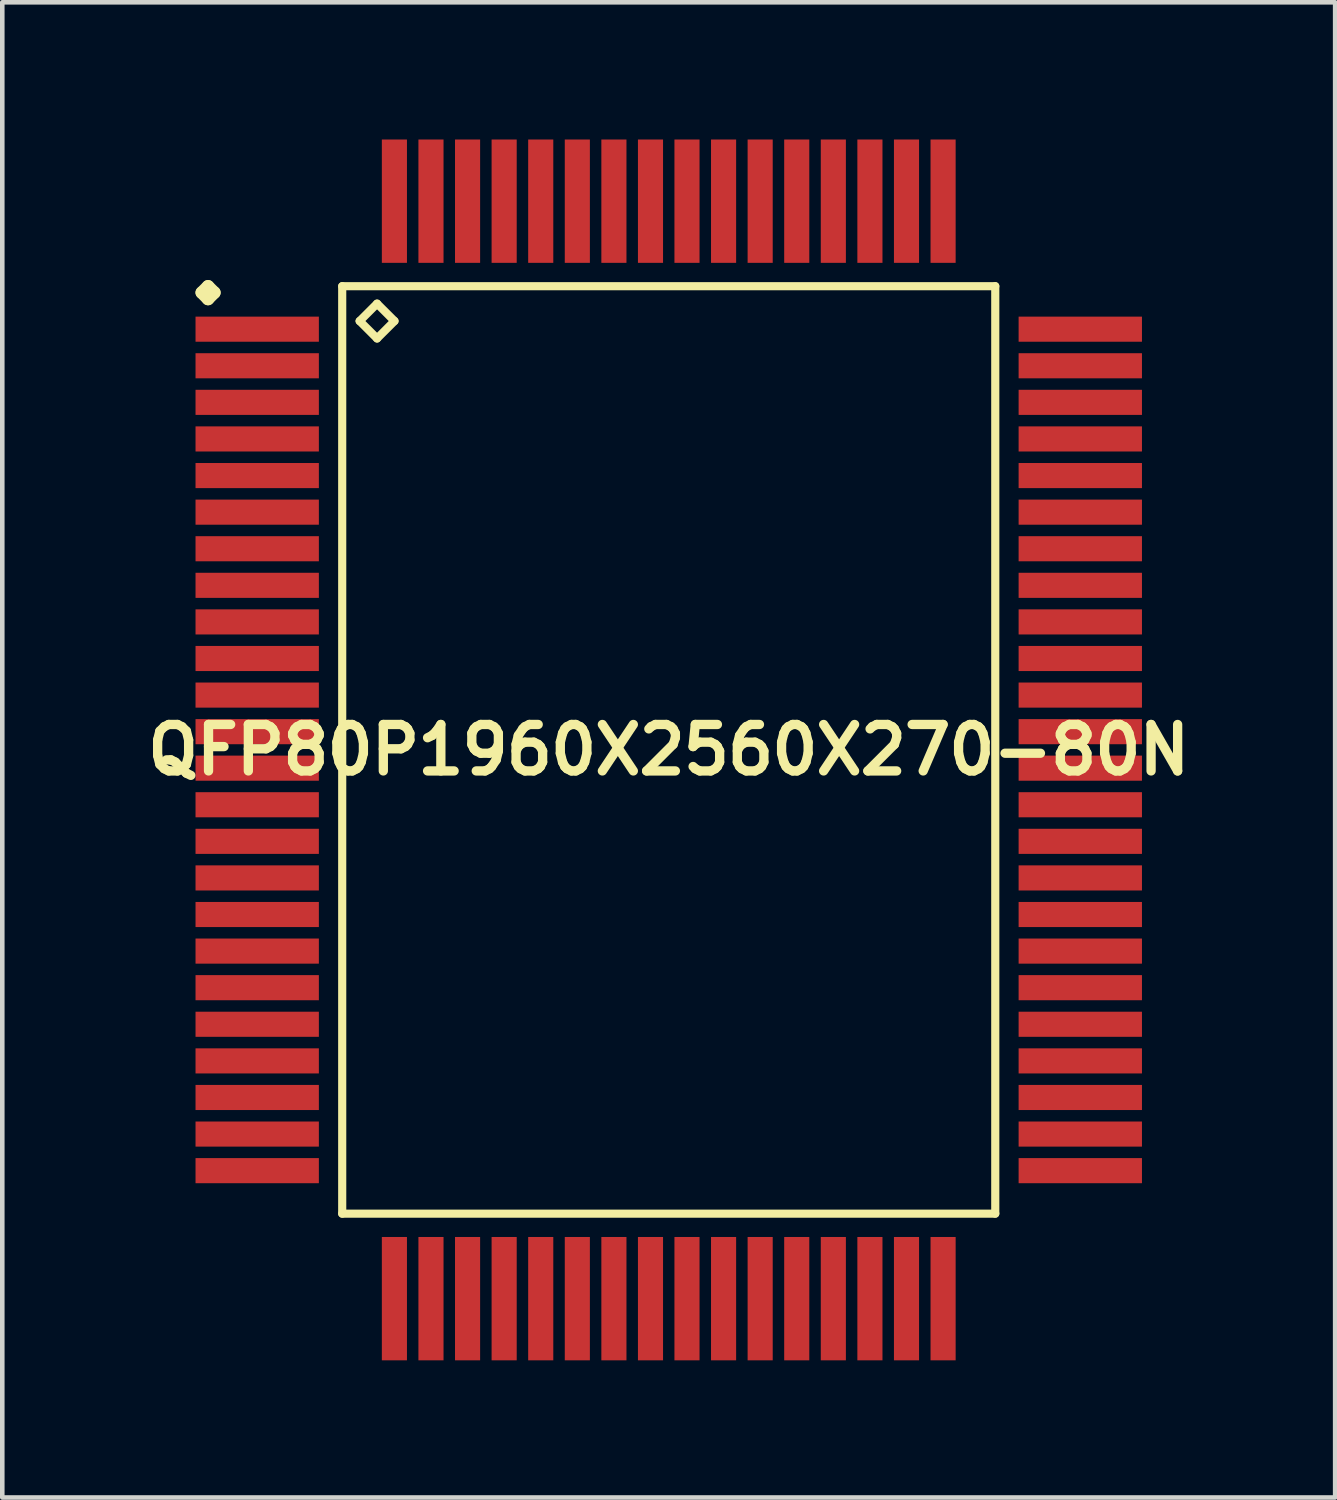
<source format=kicad_pcb>
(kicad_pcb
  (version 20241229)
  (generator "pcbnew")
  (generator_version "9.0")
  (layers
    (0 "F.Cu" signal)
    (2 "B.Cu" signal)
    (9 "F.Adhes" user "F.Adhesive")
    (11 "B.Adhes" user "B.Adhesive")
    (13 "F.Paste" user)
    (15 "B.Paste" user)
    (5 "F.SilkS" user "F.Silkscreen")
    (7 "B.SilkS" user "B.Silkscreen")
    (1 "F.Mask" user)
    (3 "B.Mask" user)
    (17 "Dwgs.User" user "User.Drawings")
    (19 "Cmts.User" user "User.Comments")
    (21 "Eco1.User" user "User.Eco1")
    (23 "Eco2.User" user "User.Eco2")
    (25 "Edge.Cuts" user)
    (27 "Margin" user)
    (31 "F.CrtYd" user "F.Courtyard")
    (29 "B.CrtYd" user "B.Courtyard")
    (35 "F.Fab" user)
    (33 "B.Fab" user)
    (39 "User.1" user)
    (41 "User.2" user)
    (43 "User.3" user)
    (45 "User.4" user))
  (footprint "QFP80P1960X2560X270-80N"
    (layer "F.Cu")
    (at 11.573 13.348)
    (property "Reference" "QFP80P1960X2560X270-80N" (at 0 0 0) (layer "F.SilkS") (effects (font (size 1.016 1.016) (thickness 0.203))))
    (attr smd)
    (fp_line (start -10.211 -10) (end -10.074 -10.137) (stroke (width 0.274) (type solid)) (layer "F.SilkS"))
    (fp_line (start -10.074 -10.137) (end -9.936 -10) (stroke (width 0.274) (type solid)) (layer "F.SilkS"))
    (fp_line (start -10.074 -9.86) (end -10.211 -10) (stroke (width 0.274) (type solid)) (layer "F.SilkS"))
    (fp_line (start -9.936 -10) (end -10.074 -9.86) (stroke (width 0.274) (type solid)) (layer "F.SilkS"))
    (fp_line (start -7.14 -10.14) (end -7.14 10.14) (stroke (width 0.178) (type solid)) (layer "F.SilkS"))
    (fp_line (start -7.14 10.14) (end 7.14 10.14) (stroke (width 0.178) (type solid)) (layer "F.SilkS"))
    (fp_line (start -6.759 -9.378) (end -6.378 -9.759) (stroke (width 0.178) (type solid)) (layer "F.SilkS"))
    (fp_line (start -6.378 -9.759) (end -5.997 -9.378) (stroke (width 0.178) (type solid)) (layer "F.SilkS"))
    (fp_line (start -6.378 -8.997) (end -6.759 -9.378) (stroke (width 0.178) (type solid)) (layer "F.SilkS"))
    (fp_line (start -5.997 -9.378) (end -6.378 -8.997) (stroke (width 0.178) (type solid)) (layer "F.SilkS"))
    (fp_line (start 7.14 -10.14) (end -7.14 -10.14) (stroke (width 0.178) (type solid)) (layer "F.SilkS"))
    (fp_line (start 7.14 10.14) (end 7.14 -10.14) (stroke (width 0.178) (type solid)) (layer "F.SilkS"))
    (pad "1" smd rect (at -8.999 -9.2) (size 2.697 0.549) (layers "F.Cu" "F.Mask" "F.Paste"))
    (pad "2" smd rect (at -8.999 -8.4) (size 2.697 0.549) (layers "F.Cu" "F.Mask" "F.Paste"))
    (pad "3" smd rect (at -8.999 -7.6) (size 2.697 0.549) (layers "F.Cu" "F.Mask" "F.Paste"))
    (pad "4" smd rect (at -8.999 -6.8) (size 2.697 0.549) (layers "F.Cu" "F.Mask" "F.Paste"))
    (pad "5" smd rect (at -8.999 -5.999) (size 2.697 0.549) (layers "F.Cu" "F.Mask" "F.Paste"))
    (pad "6" smd rect (at -8.999 -5.199) (size 2.697 0.549) (layers "F.Cu" "F.Mask" "F.Paste"))
    (pad "7" smd rect (at -8.999 -4.399) (size 2.697 0.549) (layers "F.Cu" "F.Mask" "F.Paste"))
    (pad "8" smd rect (at -8.999 -3.599) (size 2.697 0.549) (layers "F.Cu" "F.Mask" "F.Paste"))
    (pad "9" smd rect (at -8.999 -2.799) (size 2.697 0.549) (layers "F.Cu" "F.Mask" "F.Paste"))
    (pad "10" smd rect (at -8.999 -1.999) (size 2.697 0.549) (layers "F.Cu" "F.Mask" "F.Paste"))
    (pad "11" smd rect (at -8.999 -1.199) (size 2.697 0.549) (layers "F.Cu" "F.Mask" "F.Paste"))
    (pad "12" smd rect (at -8.999 -0.399) (size 2.697 0.549) (layers "F.Cu" "F.Mask" "F.Paste"))
    (pad "13" smd rect (at -8.999 0.399) (size 2.697 0.549) (layers "F.Cu" "F.Mask" "F.Paste"))
    (pad "14" smd rect (at -8.999 1.199) (size 2.697 0.549) (layers "F.Cu" "F.Mask" "F.Paste"))
    (pad "15" smd rect (at -8.999 1.999) (size 2.697 0.549) (layers "F.Cu" "F.Mask" "F.Paste"))
    (pad "16" smd rect (at -8.999 2.799) (size 2.697 0.549) (layers "F.Cu" "F.Mask" "F.Paste"))
    (pad "17" smd rect (at -8.999 3.599) (size 2.697 0.549) (layers "F.Cu" "F.Mask" "F.Paste"))
    (pad "18" smd rect (at -8.999 4.399) (size 2.697 0.549) (layers "F.Cu" "F.Mask" "F.Paste"))
    (pad "19" smd rect (at -8.999 5.199) (size 2.697 0.549) (layers "F.Cu" "F.Mask" "F.Paste"))
    (pad "20" smd rect (at -8.999 5.999) (size 2.697 0.549) (layers "F.Cu" "F.Mask" "F.Paste"))
    (pad "21" smd rect (at -8.999 6.8) (size 2.697 0.549) (layers "F.Cu" "F.Mask" "F.Paste"))
    (pad "22" smd rect (at -8.999 7.6) (size 2.697 0.549) (layers "F.Cu" "F.Mask" "F.Paste"))
    (pad "23" smd rect (at -8.999 8.4) (size 2.697 0.549) (layers "F.Cu" "F.Mask" "F.Paste"))
    (pad "24" smd rect (at -8.999 9.2) (size 2.697 0.549) (layers "F.Cu" "F.Mask" "F.Paste"))
    (pad "25" smd rect (at -5.999 11.999) (size 0.549 2.697) (layers "F.Cu" "F.Mask" "F.Paste"))
    (pad "26" smd rect (at -5.199 11.999) (size 0.549 2.697) (layers "F.Cu" "F.Mask" "F.Paste"))
    (pad "27" smd rect (at -4.399 11.999) (size 0.549 2.697) (layers "F.Cu" "F.Mask" "F.Paste"))
    (pad "28" smd rect (at -3.599 11.999) (size 0.549 2.697) (layers "F.Cu" "F.Mask" "F.Paste"))
    (pad "29" smd rect (at -2.799 11.999) (size 0.549 2.697) (layers "F.Cu" "F.Mask" "F.Paste"))
    (pad "30" smd rect (at -1.999 11.999) (size 0.549 2.697) (layers "F.Cu" "F.Mask" "F.Paste"))
    (pad "31" smd rect (at -1.199 11.999) (size 0.549 2.697) (layers "F.Cu" "F.Mask" "F.Paste"))
    (pad "32" smd rect (at -0.399 11.999) (size 0.549 2.697) (layers "F.Cu" "F.Mask" "F.Paste"))
    (pad "33" smd rect (at 0.399 11.999) (size 0.549 2.697) (layers "F.Cu" "F.Mask" "F.Paste"))
    (pad "34" smd rect (at 1.199 11.999) (size 0.549 2.697) (layers "F.Cu" "F.Mask" "F.Paste"))
    (pad "35" smd rect (at 1.999 11.999) (size 0.549 2.697) (layers "F.Cu" "F.Mask" "F.Paste"))
    (pad "36" smd rect (at 2.799 11.999) (size 0.549 2.697) (layers "F.Cu" "F.Mask" "F.Paste"))
    (pad "37" smd rect (at 3.599 11.999) (size 0.549 2.697) (layers "F.Cu" "F.Mask" "F.Paste"))
    (pad "38" smd rect (at 4.399 11.999) (size 0.549 2.697) (layers "F.Cu" "F.Mask" "F.Paste"))
    (pad "39" smd rect (at 5.199 11.999) (size 0.549 2.697) (layers "F.Cu" "F.Mask" "F.Paste"))
    (pad "40" smd rect (at 5.999 11.999) (size 0.549 2.697) (layers "F.Cu" "F.Mask" "F.Paste"))
    (pad "41" smd rect (at 8.999 9.2) (size 2.697 0.549) (layers "F.Cu" "F.Mask" "F.Paste"))
    (pad "42" smd rect (at 8.999 8.4) (size 2.697 0.549) (layers "F.Cu" "F.Mask" "F.Paste"))
    (pad "43" smd rect (at 8.999 7.6) (size 2.697 0.549) (layers "F.Cu" "F.Mask" "F.Paste"))
    (pad "44" smd rect (at 8.999 6.8) (size 2.697 0.549) (layers "F.Cu" "F.Mask" "F.Paste"))
    (pad "45" smd rect (at 8.999 5.999) (size 2.697 0.549) (layers "F.Cu" "F.Mask" "F.Paste"))
    (pad "46" smd rect (at 8.999 5.199) (size 2.697 0.549) (layers "F.Cu" "F.Mask" "F.Paste"))
    (pad "47" smd rect (at 8.999 4.399) (size 2.697 0.549) (layers "F.Cu" "F.Mask" "F.Paste"))
    (pad "48" smd rect (at 8.999 3.599) (size 2.697 0.549) (layers "F.Cu" "F.Mask" "F.Paste"))
    (pad "49" smd rect (at 8.999 2.799) (size 2.697 0.549) (layers "F.Cu" "F.Mask" "F.Paste"))
    (pad "50" smd rect (at 8.999 1.999) (size 2.697 0.549) (layers "F.Cu" "F.Mask" "F.Paste"))
    (pad "51" smd rect (at 8.999 1.199) (size 2.697 0.549) (layers "F.Cu" "F.Mask" "F.Paste"))
    (pad "52" smd rect (at 8.999 0.399) (size 2.697 0.549) (layers "F.Cu" "F.Mask" "F.Paste"))
    (pad "53" smd rect (at 8.999 -0.399) (size 2.697 0.549) (layers "F.Cu" "F.Mask" "F.Paste"))
    (pad "54" smd rect (at 8.999 -1.199) (size 2.697 0.549) (layers "F.Cu" "F.Mask" "F.Paste"))
    (pad "55" smd rect (at 8.999 -1.999) (size 2.697 0.549) (layers "F.Cu" "F.Mask" "F.Paste"))
    (pad "56" smd rect (at 8.999 -2.799) (size 2.697 0.549) (layers "F.Cu" "F.Mask" "F.Paste"))
    (pad "57" smd rect (at 8.999 -3.599) (size 2.697 0.549) (layers "F.Cu" "F.Mask" "F.Paste"))
    (pad "58" smd rect (at 8.999 -4.399) (size 2.697 0.549) (layers "F.Cu" "F.Mask" "F.Paste"))
    (pad "59" smd rect (at 8.999 -5.199) (size 2.697 0.549) (layers "F.Cu" "F.Mask" "F.Paste"))
    (pad "60" smd rect (at 8.999 -5.999) (size 2.697 0.549) (layers "F.Cu" "F.Mask" "F.Paste"))
    (pad "61" smd rect (at 8.999 -6.8) (size 2.697 0.549) (layers "F.Cu" "F.Mask" "F.Paste"))
    (pad "62" smd rect (at 8.999 -7.6) (size 2.697 0.549) (layers "F.Cu" "F.Mask" "F.Paste"))
    (pad "63" smd rect (at 8.999 -8.4) (size 2.697 0.549) (layers "F.Cu" "F.Mask" "F.Paste"))
    (pad "64" smd rect (at 8.999 -9.2) (size 2.697 0.549) (layers "F.Cu" "F.Mask" "F.Paste"))
    (pad "65" smd rect (at 5.999 -11.999) (size 0.549 2.697) (layers "F.Cu" "F.Mask" "F.Paste"))
    (pad "66" smd rect (at 5.199 -11.999) (size 0.549 2.697) (layers "F.Cu" "F.Mask" "F.Paste"))
    (pad "67" smd rect (at 4.399 -11.999) (size 0.549 2.697) (layers "F.Cu" "F.Mask" "F.Paste"))
    (pad "68" smd rect (at 3.599 -11.999) (size 0.549 2.697) (layers "F.Cu" "F.Mask" "F.Paste"))
    (pad "69" smd rect (at 2.799 -11.999) (size 0.549 2.697) (layers "F.Cu" "F.Mask" "F.Paste"))
    (pad "70" smd rect (at 1.999 -11.999) (size 0.549 2.697) (layers "F.Cu" "F.Mask" "F.Paste"))
    (pad "71" smd rect (at 1.199 -11.999) (size 0.549 2.697) (layers "F.Cu" "F.Mask" "F.Paste"))
    (pad "72" smd rect (at 0.399 -11.999) (size 0.549 2.697) (layers "F.Cu" "F.Mask" "F.Paste"))
    (pad "73" smd rect (at -0.399 -11.999) (size 0.549 2.697) (layers "F.Cu" "F.Mask" "F.Paste"))
    (pad "74" smd rect (at -1.199 -11.999) (size 0.549 2.697) (layers "F.Cu" "F.Mask" "F.Paste"))
    (pad "75" smd rect (at -1.999 -11.999) (size 0.549 2.697) (layers "F.Cu" "F.Mask" "F.Paste"))
    (pad "76" smd rect (at -2.799 -11.999) (size 0.549 2.697) (layers "F.Cu" "F.Mask" "F.Paste"))
    (pad "77" smd rect (at -3.599 -11.999) (size 0.549 2.697) (layers "F.Cu" "F.Mask" "F.Paste"))
    (pad "78" smd rect (at -4.399 -11.999) (size 0.549 2.697) (layers "F.Cu" "F.Mask" "F.Paste"))
    (pad "79" smd rect (at -5.199 -11.999) (size 0.549 2.697) (layers "F.Cu" "F.Mask" "F.Paste"))
    (pad "80" smd rect (at -5.999 -11.999) (size 0.549 2.697) (layers "F.Cu" "F.Mask" "F.Paste")))
  (gr_rect
    (start -3 -3)
    (end 26.145 29.695)
    (stroke (width 0.1) (type default))
    (fill no)
    (layer "Edge.Cuts")))
</source>
